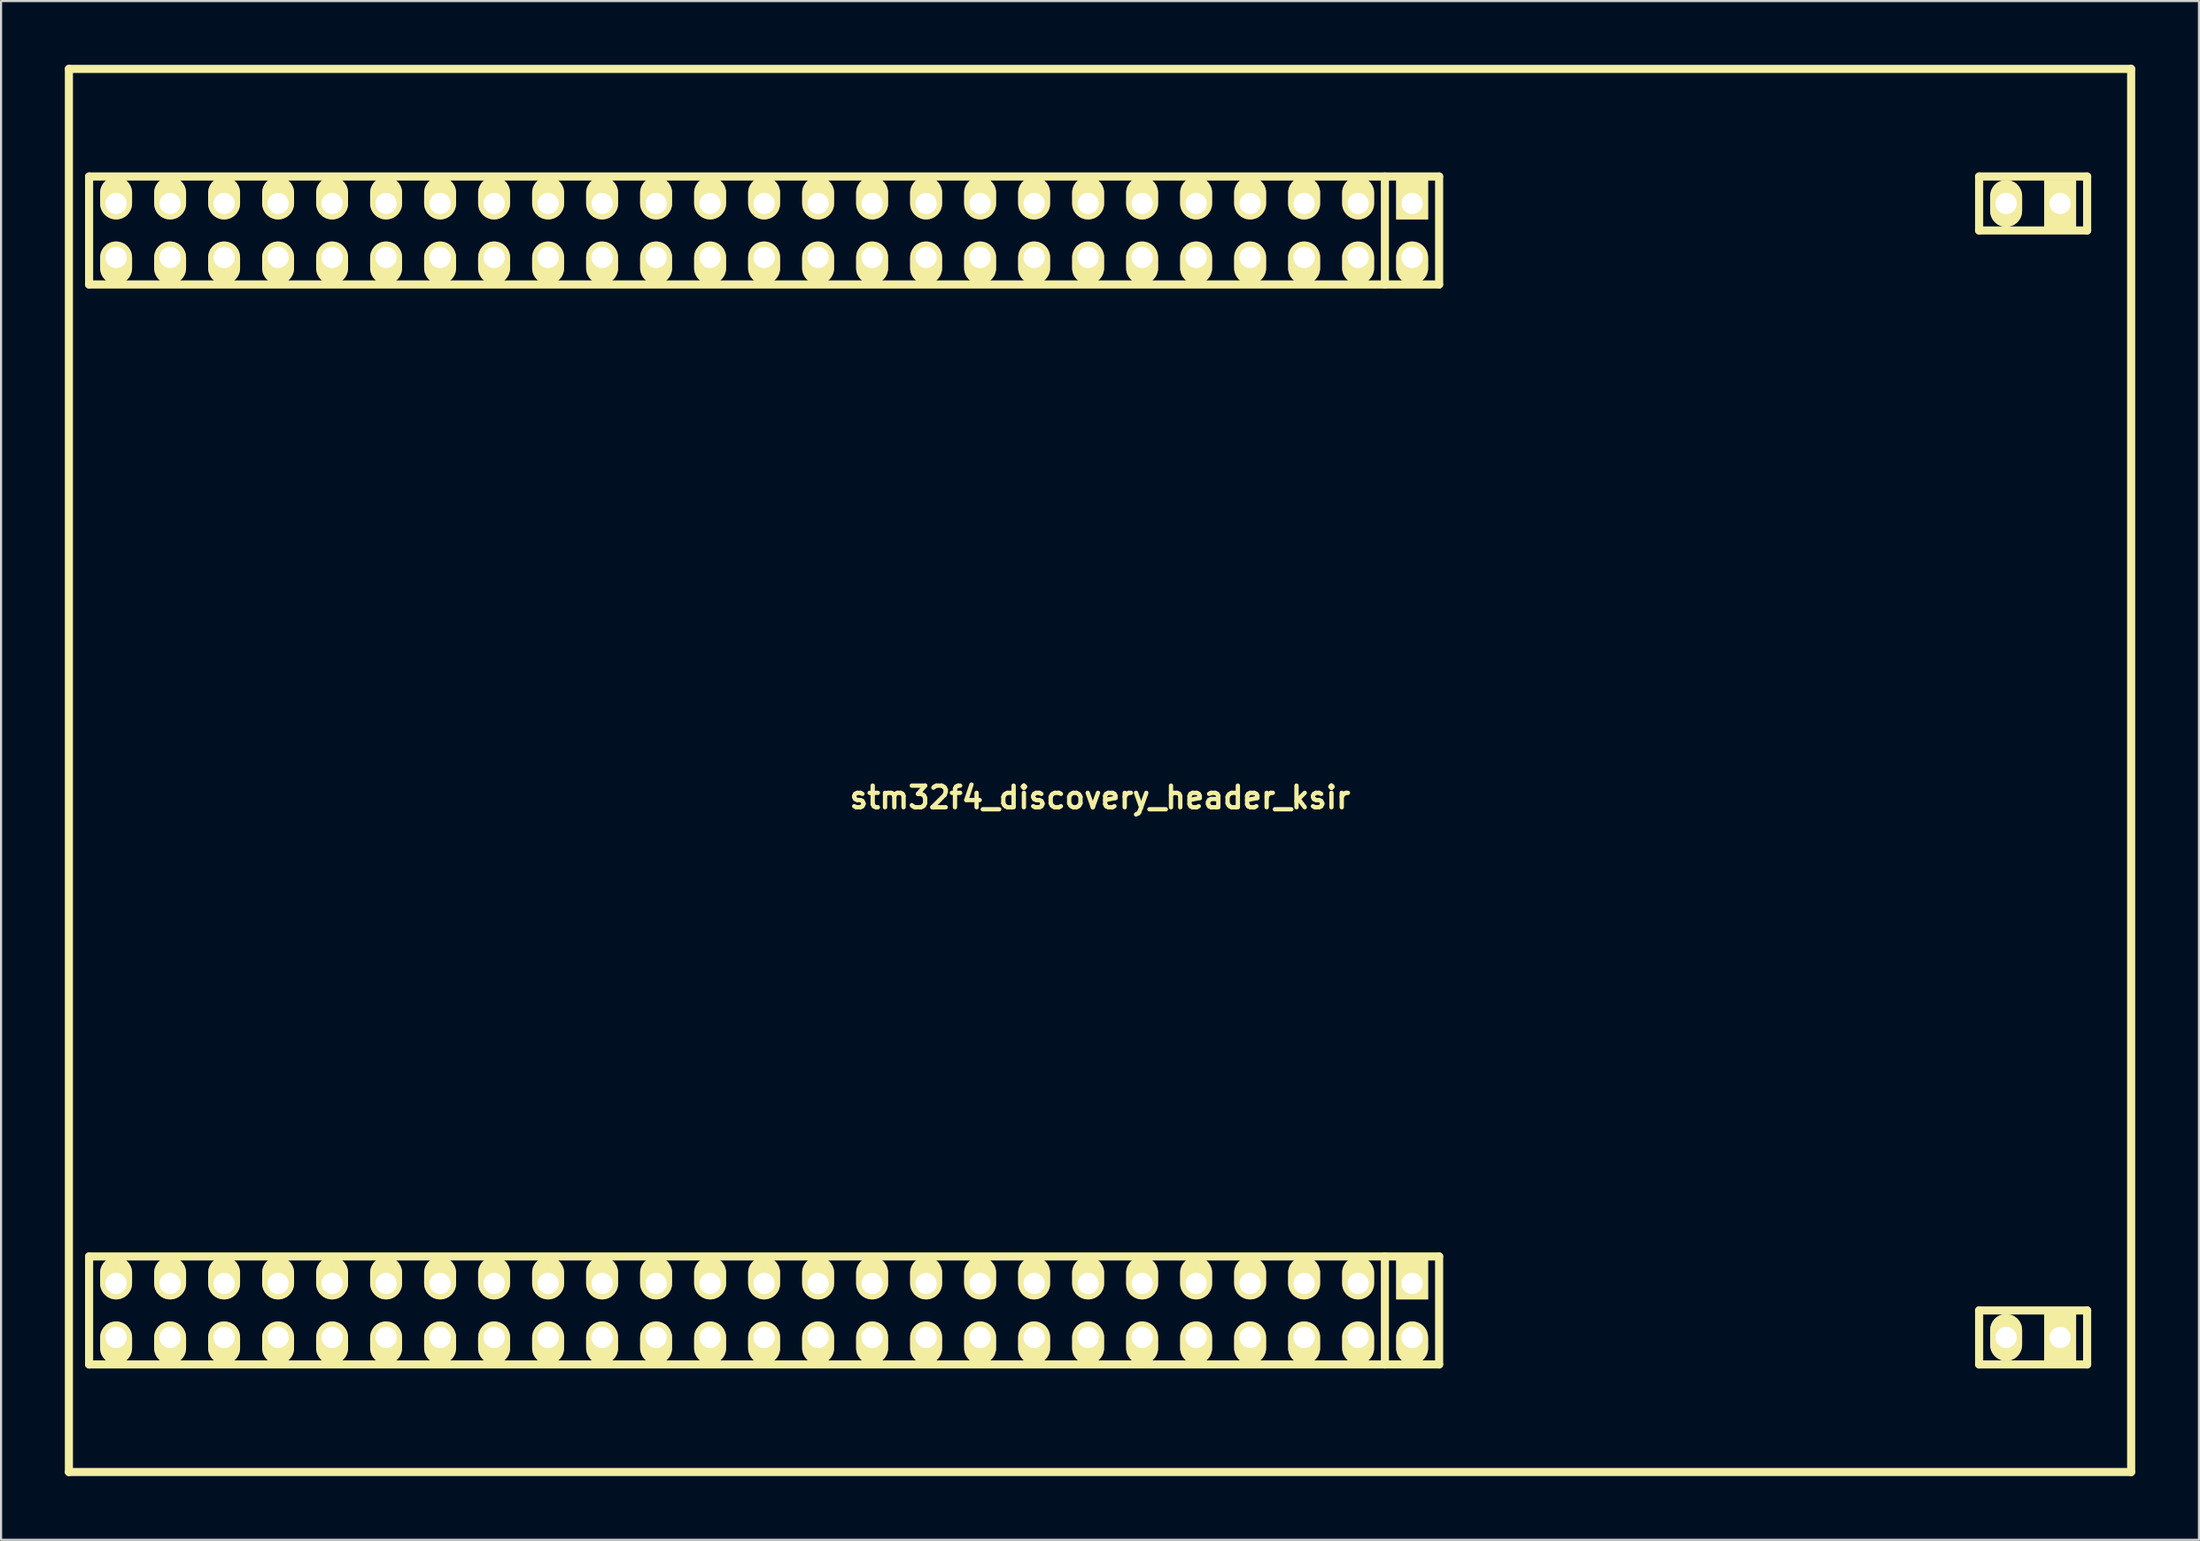
<source format=kicad_pcb>
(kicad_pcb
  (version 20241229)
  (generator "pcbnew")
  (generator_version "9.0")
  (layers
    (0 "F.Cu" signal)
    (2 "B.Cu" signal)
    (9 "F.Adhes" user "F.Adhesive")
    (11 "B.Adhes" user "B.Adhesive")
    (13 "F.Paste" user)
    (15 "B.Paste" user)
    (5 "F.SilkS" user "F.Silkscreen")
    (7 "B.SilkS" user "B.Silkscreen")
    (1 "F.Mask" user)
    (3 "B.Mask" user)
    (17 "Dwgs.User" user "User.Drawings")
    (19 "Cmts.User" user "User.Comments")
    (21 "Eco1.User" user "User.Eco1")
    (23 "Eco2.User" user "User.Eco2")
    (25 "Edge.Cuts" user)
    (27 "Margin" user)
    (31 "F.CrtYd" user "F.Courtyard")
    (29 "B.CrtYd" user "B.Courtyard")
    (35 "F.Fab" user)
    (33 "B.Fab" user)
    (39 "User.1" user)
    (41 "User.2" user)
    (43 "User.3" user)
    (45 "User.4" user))
  (footprint "stm32f4_discovery_header_ksir"
    (layer "F.Cu")
    (at 48.691 33.191)
    (property "Reference" "stm32f4_discovery_header_ksir" (at 0 1.27 0) (layer "F.SilkS") (effects (font (size 1.016 1.016) (thickness 0.203))))
    (attr through_hole)
    (fp_line (start -48.5 33) (end -48.5 -33) (stroke (width 0.381) (type solid)) (layer "F.SilkS"))
    (fp_line (start -48.5 33) (end 48.5 33) (stroke (width 0.381) (type solid)) (layer "F.SilkS"))
    (fp_line (start -47.55 -27.94) (end -47.55 -22.86) (stroke (width 0.381) (type solid)) (layer "F.SilkS"))
    (fp_line (start -47.55 -27.94) (end 15.95 -27.94) (stroke (width 0.381) (type solid)) (layer "F.SilkS"))
    (fp_line (start -47.55 -22.86) (end 15.95 -22.86) (stroke (width 0.381) (type solid)) (layer "F.SilkS"))
    (fp_line (start -47.55 22.86) (end -47.55 27.94) (stroke (width 0.381) (type solid)) (layer "F.SilkS"))
    (fp_line (start -47.55 22.86) (end 15.95 22.86) (stroke (width 0.381) (type solid)) (layer "F.SilkS"))
    (fp_line (start -47.55 27.94) (end 15.95 27.94) (stroke (width 0.381) (type solid)) (layer "F.SilkS"))
    (fp_line (start 13.399 -27.94) (end 13.399 -22.86) (stroke (width 0.381) (type solid)) (layer "F.SilkS"))
    (fp_line (start 13.399 22.86) (end 13.399 27.94) (stroke (width 0.381) (type solid)) (layer "F.SilkS"))
    (fp_line (start 15.95 -27.94) (end 15.95 -22.86) (stroke (width 0.381) (type solid)) (layer "F.SilkS"))
    (fp_line (start 15.95 22.86) (end 15.95 27.94) (stroke (width 0.381) (type solid)) (layer "F.SilkS"))
    (fp_line (start 41.35 -27.94) (end 41.35 -25.4) (stroke (width 0.381) (type solid)) (layer "F.SilkS"))
    (fp_line (start 41.35 -25.4) (end 46.43 -25.4) (stroke (width 0.381) (type solid)) (layer "F.SilkS"))
    (fp_line (start 41.35 25.4) (end 41.35 27.94) (stroke (width 0.381) (type solid)) (layer "F.SilkS"))
    (fp_line (start 41.35 27.94) (end 46.43 27.94) (stroke (width 0.381) (type solid)) (layer "F.SilkS"))
    (fp_line (start 46.43 -27.94) (end 41.35 -27.94) (stroke (width 0.381) (type solid)) (layer "F.SilkS"))
    (fp_line (start 46.43 -25.4) (end 46.43 -27.94) (stroke (width 0.381) (type solid)) (layer "F.SilkS"))
    (fp_line (start 46.43 25.4) (end 41.35 25.4) (stroke (width 0.381) (type solid)) (layer "F.SilkS"))
    (fp_line (start 46.43 27.94) (end 46.43 25.4) (stroke (width 0.381) (type solid)) (layer "F.SilkS"))
    (fp_line (start 48.5 -33) (end -48.5 -33) (stroke (width 0.381) (type solid)) (layer "F.SilkS"))
    (fp_line (start 48.5 33) (end 48.5 -33) (stroke (width 0.381) (type solid)) (layer "F.SilkS"))
    (pad "1" thru_hole rect (at 14.68 -26.67) (size 1.5 2) (drill 1.001 (offset 0 -0.25)) (layers "*.Cu" "*.Mask" "F.SilkS"))
    (pad "2" thru_hole oval (at 14.68 -24.13) (size 1.5 2) (drill 1.001 (offset 0 0.25)) (layers "*.Cu" "*.Mask" "F.SilkS"))
    (pad "3" thru_hole oval (at 12.14 -26.67) (size 1.5 2) (drill 0.998 (offset 0 -0.25)) (layers "*.Cu" "*.Mask" "F.SilkS"))
    (pad "4" thru_hole oval (at 12.14 -24.13) (size 1.5 2) (drill 1.001 (offset 0 0.25)) (layers "*.Cu" "*.Mask" "F.SilkS"))
    (pad "5" thru_hole oval (at 9.6 -26.67) (size 1.5 2) (drill 0.998 (offset 0 -0.25)) (layers "*.Cu" "*.Mask" "F.SilkS"))
    (pad "6" thru_hole oval (at 9.6 -24.13) (size 1.5 2) (drill 1.001 (offset 0 0.25)) (layers "*.Cu" "*.Mask" "F.SilkS"))
    (pad "7" thru_hole oval (at 7.06 -26.67) (size 1.5 2) (drill 0.998 (offset 0 -0.25)) (layers "*.Cu" "*.Mask" "F.SilkS"))
    (pad "8" thru_hole oval (at 7.06 -24.13) (size 1.5 2) (drill 1.001 (offset 0 0.25)) (layers "*.Cu" "*.Mask" "F.SilkS"))
    (pad "9" thru_hole oval (at 4.52 -26.67) (size 1.5 2) (drill 0.998 (offset 0 -0.25)) (layers "*.Cu" "*.Mask" "F.SilkS"))
    (pad "10" thru_hole oval (at 4.52 -24.13) (size 1.5 2) (drill 1.001 (offset 0 0.25)) (layers "*.Cu" "*.Mask" "F.SilkS"))
    (pad "11" thru_hole oval (at 1.98 -26.67) (size 1.5 2) (drill 0.998 (offset 0 -0.25)) (layers "*.Cu" "*.Mask" "F.SilkS"))
    (pad "12" thru_hole oval (at 1.98 -24.13) (size 1.5 2) (drill 1.001 (offset 0 0.25)) (layers "*.Cu" "*.Mask" "F.SilkS"))
    (pad "13" thru_hole oval (at -0.56 -26.67) (size 1.5 2) (drill 0.998 (offset 0 -0.25)) (layers "*.Cu" "*.Mask" "F.SilkS"))
    (pad "14" thru_hole oval (at -0.56 -24.13) (size 1.5 2) (drill 1.001 (offset 0 0.25)) (layers "*.Cu" "*.Mask" "F.SilkS"))
    (pad "15" thru_hole oval (at -3.1 -26.67) (size 1.5 2) (drill 0.998 (offset 0 -0.25)) (layers "*.Cu" "*.Mask" "F.SilkS"))
    (pad "16" thru_hole oval (at -3.1 -24.13) (size 1.5 2) (drill 1.001 (offset 0 0.25)) (layers "*.Cu" "*.Mask" "F.SilkS"))
    (pad "17" thru_hole oval (at -5.64 -26.67) (size 1.5 2) (drill 0.998 (offset 0 -0.25)) (layers "*.Cu" "*.Mask" "F.SilkS"))
    (pad "18" thru_hole oval (at -5.64 -24.13) (size 1.5 2) (drill 1.001 (offset 0 0.25)) (layers "*.Cu" "*.Mask" "F.SilkS"))
    (pad "19" thru_hole oval (at -8.18 -26.67) (size 1.5 2) (drill 0.998 (offset 0 -0.25)) (layers "*.Cu" "*.Mask" "F.SilkS"))
    (pad "20" thru_hole oval (at -8.18 -24.13) (size 1.5 2) (drill 1.001 (offset 0 0.25)) (layers "*.Cu" "*.Mask" "F.SilkS"))
    (pad "21" thru_hole oval (at -10.72 -26.67) (size 1.5 2) (drill 0.998 (offset 0 -0.25)) (layers "*.Cu" "*.Mask" "F.SilkS"))
    (pad "22" thru_hole oval (at -10.72 -24.13) (size 1.5 2) (drill 1.001 (offset 0 0.25)) (layers "*.Cu" "*.Mask" "F.SilkS"))
    (pad "23" thru_hole oval (at -13.26 -26.67) (size 1.5 2) (drill 0.998 (offset 0 -0.25)) (layers "*.Cu" "*.Mask" "F.SilkS"))
    (pad "24" thru_hole oval (at -13.26 -24.13) (size 1.5 2) (drill 1.001 (offset 0 0.25)) (layers "*.Cu" "*.Mask" "F.SilkS"))
    (pad "25" thru_hole oval (at -15.8 -26.67) (size 1.5 2) (drill 0.998 (offset 0 -0.25)) (layers "*.Cu" "*.Mask" "F.SilkS"))
    (pad "26" thru_hole oval (at -15.8 -24.13) (size 1.5 2) (drill 1.001 (offset 0 0.25)) (layers "*.Cu" "*.Mask" "F.SilkS"))
    (pad "27" thru_hole oval (at -18.34 -26.67) (size 1.5 2) (drill 0.998 (offset 0 -0.25)) (layers "*.Cu" "*.Mask" "F.SilkS"))
    (pad "28" thru_hole oval (at -18.34 -24.13) (size 1.5 2) (drill 1.001 (offset 0 0.25)) (layers "*.Cu" "*.Mask" "F.SilkS"))
    (pad "29" thru_hole oval (at -20.88 -26.67) (size 1.5 2) (drill 0.998 (offset 0 -0.25)) (layers "*.Cu" "*.Mask" "F.SilkS"))
    (pad "30" thru_hole oval (at -20.88 -24.13) (size 1.5 2) (drill 1.001 (offset 0 0.25)) (layers "*.Cu" "*.Mask" "F.SilkS"))
    (pad "31" thru_hole oval (at -23.42 -26.67) (size 1.5 2) (drill 0.998 (offset 0 -0.25)) (layers "*.Cu" "*.Mask" "F.SilkS"))
    (pad "32" thru_hole oval (at -23.42 -24.13) (size 1.5 2) (drill 1.001 (offset 0 0.25)) (layers "*.Cu" "*.Mask" "F.SilkS"))
    (pad "33" thru_hole oval (at -25.96 -26.67) (size 1.5 2) (drill 0.998 (offset 0 -0.25)) (layers "*.Cu" "*.Mask" "F.SilkS"))
    (pad "34" thru_hole oval (at -25.96 -24.13) (size 1.5 2) (drill 1.001 (offset 0 0.25)) (layers "*.Cu" "*.Mask" "F.SilkS"))
    (pad "35" thru_hole oval (at -28.5 -26.67) (size 1.5 2) (drill 0.998 (offset 0 -0.25)) (layers "*.Cu" "*.Mask" "F.SilkS"))
    (pad "36" thru_hole oval (at -28.5 -24.13) (size 1.5 2) (drill 1.001 (offset 0 0.25)) (layers "*.Cu" "*.Mask" "F.SilkS"))
    (pad "37" thru_hole oval (at -31.04 -26.67) (size 1.5 2) (drill 0.998 (offset 0 -0.25)) (layers "*.Cu" "*.Mask" "F.SilkS"))
    (pad "38" thru_hole oval (at -31.04 -24.13) (size 1.5 2) (drill 1.001 (offset 0 0.25)) (layers "*.Cu" "*.Mask" "F.SilkS"))
    (pad "39" thru_hole oval (at -33.58 -26.67) (size 1.5 2) (drill 0.998 (offset 0 -0.25)) (layers "*.Cu" "*.Mask" "F.SilkS"))
    (pad "40" thru_hole oval (at -33.58 -24.13) (size 1.5 2) (drill 1.001 (offset 0 0.25)) (layers "*.Cu" "*.Mask" "F.SilkS"))
    (pad "41" thru_hole oval (at -36.12 -26.67) (size 1.5 2) (drill 0.998 (offset 0 -0.25)) (layers "*.Cu" "*.Mask" "F.SilkS"))
    (pad "42" thru_hole oval (at -36.12 -24.13) (size 1.5 2) (drill 1.001 (offset 0 0.25)) (layers "*.Cu" "*.Mask" "F.SilkS"))
    (pad "43" thru_hole oval (at -38.66 -26.67) (size 1.5 2) (drill 0.998 (offset 0 -0.25)) (layers "*.Cu" "*.Mask" "F.SilkS"))
    (pad "44" thru_hole oval (at -38.66 -24.13) (size 1.5 2) (drill 1.001 (offset 0 0.25)) (layers "*.Cu" "*.Mask" "F.SilkS"))
    (pad "45" thru_hole oval (at -41.2 -26.67) (size 1.5 2) (drill 0.998 (offset 0 -0.25)) (layers "*.Cu" "*.Mask" "F.SilkS"))
    (pad "46" thru_hole oval (at -41.2 -24.13) (size 1.5 2) (drill 1.001 (offset 0 0.25)) (layers "*.Cu" "*.Mask" "F.SilkS"))
    (pad "47" thru_hole oval (at -43.74 -26.67) (size 1.5 2) (drill 0.998 (offset 0 -0.25)) (layers "*.Cu" "*.Mask" "F.SilkS"))
    (pad "48" thru_hole oval (at -43.74 -24.13) (size 1.5 2) (drill 1.001 (offset 0 0.25)) (layers "*.Cu" "*.Mask" "F.SilkS"))
    (pad "49" thru_hole oval (at -46.28 -26.67) (size 1.5 2) (drill 0.998 (offset 0 -0.25)) (layers "*.Cu" "*.Mask" "F.SilkS"))
    (pad "49" thru_hole rect (at 45.16 -26.67) (size 1.5 2.2) (drill 1.001) (layers "*.Cu" "*.Mask" "F.SilkS"))
    (pad "50" thru_hole oval (at -46.28 -24.13) (size 1.5 2) (drill 1.001 (offset 0 0.25)) (layers "*.Cu" "*.Mask" "F.SilkS"))
    (pad "50" thru_hole oval (at 42.62 -26.67) (size 1.5 2.2) (drill 1.001) (layers "*.Cu" "*.Mask" "F.SilkS"))
    (pad "51" thru_hole oval (at -46.28 24.13) (size 1.5 2) (drill 0.998 (offset 0 -0.25)) (layers "*.Cu" "*.Mask" "F.SilkS"))
    (pad "51" thru_hole rect (at 45.16 26.67) (size 1.5 2.2) (drill 1.001) (layers "*.Cu" "*.Mask" "F.SilkS"))
    (pad "52" thru_hole oval (at -46.28 26.67) (size 1.5 2) (drill 1.001 (offset 0 0.25)) (layers "*.Cu" "*.Mask" "F.SilkS"))
    (pad "52" thru_hole oval (at 42.62 26.67) (size 1.5 2.2) (drill 1.001) (layers "*.Cu" "*.Mask" "F.SilkS"))
    (pad "53" thru_hole oval (at -43.74 24.13) (size 1.5 2) (drill 0.998 (offset 0 -0.25)) (layers "*.Cu" "*.Mask" "F.SilkS"))
    (pad "54" thru_hole oval (at -43.74 26.67) (size 1.5 2) (drill 1.001 (offset 0 0.25)) (layers "*.Cu" "*.Mask" "F.SilkS"))
    (pad "55" thru_hole oval (at -41.2 24.13) (size 1.5 2) (drill 0.998 (offset 0 -0.25)) (layers "*.Cu" "*.Mask" "F.SilkS"))
    (pad "56" thru_hole oval (at -41.2 26.67) (size 1.5 2) (drill 1.001 (offset 0 0.25)) (layers "*.Cu" "*.Mask" "F.SilkS"))
    (pad "57" thru_hole oval (at -38.66 24.13) (size 1.5 2) (drill 0.998 (offset 0 -0.25)) (layers "*.Cu" "*.Mask" "F.SilkS"))
    (pad "58" thru_hole oval (at -38.66 26.67) (size 1.5 2) (drill 1.001 (offset 0 0.25)) (layers "*.Cu" "*.Mask" "F.SilkS"))
    (pad "59" thru_hole oval (at -36.12 24.13) (size 1.5 2) (drill 0.998 (offset 0 -0.25)) (layers "*.Cu" "*.Mask" "F.SilkS"))
    (pad "60" thru_hole oval (at -36.12 26.67) (size 1.5 2) (drill 1.001 (offset 0 0.25)) (layers "*.Cu" "*.Mask" "F.SilkS"))
    (pad "61" thru_hole oval (at -33.58 24.13) (size 1.5 2) (drill 0.998 (offset 0 -0.25)) (layers "*.Cu" "*.Mask" "F.SilkS"))
    (pad "62" thru_hole oval (at -33.58 26.67) (size 1.5 2) (drill 1.001 (offset 0 0.25)) (layers "*.Cu" "*.Mask" "F.SilkS"))
    (pad "63" thru_hole oval (at -31.04 24.13) (size 1.5 2) (drill 0.998 (offset 0 -0.25)) (layers "*.Cu" "*.Mask" "F.SilkS"))
    (pad "64" thru_hole oval (at -31.04 26.67) (size 1.5 2) (drill 1.001 (offset 0 0.25)) (layers "*.Cu" "*.Mask" "F.SilkS"))
    (pad "65" thru_hole oval (at -28.5 24.13) (size 1.5 2) (drill 0.998 (offset 0 -0.25)) (layers "*.Cu" "*.Mask" "F.SilkS"))
    (pad "66" thru_hole oval (at -28.5 26.67) (size 1.5 2) (drill 1.001 (offset 0 0.25)) (layers "*.Cu" "*.Mask" "F.SilkS"))
    (pad "67" thru_hole oval (at -25.96 24.13) (size 1.5 2) (drill 0.998 (offset 0 -0.25)) (layers "*.Cu" "*.Mask" "F.SilkS"))
    (pad "68" thru_hole oval (at -25.96 26.67) (size 1.5 2) (drill 1.001 (offset 0 0.25)) (layers "*.Cu" "*.Mask" "F.SilkS"))
    (pad "69" thru_hole oval (at -23.42 24.13) (size 1.5 2) (drill 0.998 (offset 0 -0.25)) (layers "*.Cu" "*.Mask" "F.SilkS"))
    (pad "70" thru_hole oval (at -23.42 26.67) (size 1.5 2) (drill 1.001 (offset 0 0.25)) (layers "*.Cu" "*.Mask" "F.SilkS"))
    (pad "71" thru_hole oval (at -20.88 24.13) (size 1.5 2) (drill 0.998 (offset 0 -0.25)) (layers "*.Cu" "*.Mask" "F.SilkS"))
    (pad "72" thru_hole oval (at -20.88 26.67) (size 1.5 2) (drill 1.001 (offset 0 0.25)) (layers "*.Cu" "*.Mask" "F.SilkS"))
    (pad "73" thru_hole oval (at -18.34 24.13) (size 1.5 2) (drill 0.998 (offset 0 -0.25)) (layers "*.Cu" "*.Mask" "F.SilkS"))
    (pad "74" thru_hole oval (at -18.34 26.67) (size 1.5 2) (drill 1.001 (offset 0 0.25)) (layers "*.Cu" "*.Mask" "F.SilkS"))
    (pad "75" thru_hole oval (at -15.8 24.13) (size 1.5 2) (drill 0.998 (offset 0 -0.25)) (layers "*.Cu" "*.Mask" "F.SilkS"))
    (pad "76" thru_hole oval (at -15.8 26.67) (size 1.5 2) (drill 1.001 (offset 0 0.25)) (layers "*.Cu" "*.Mask" "F.SilkS"))
    (pad "77" thru_hole oval (at -13.26 24.13) (size 1.5 2) (drill 0.998 (offset 0 -0.25)) (layers "*.Cu" "*.Mask" "F.SilkS"))
    (pad "78" thru_hole oval (at -13.26 26.67) (size 1.5 2) (drill 1.001 (offset 0 0.25)) (layers "*.Cu" "*.Mask" "F.SilkS"))
    (pad "79" thru_hole oval (at -10.72 24.13) (size 1.5 2) (drill 0.998 (offset 0 -0.25)) (layers "*.Cu" "*.Mask" "F.SilkS"))
    (pad "80" thru_hole oval (at -10.72 26.67) (size 1.5 2) (drill 1.001 (offset 0 0.25)) (layers "*.Cu" "*.Mask" "F.SilkS"))
    (pad "81" thru_hole oval (at -8.18 24.13) (size 1.5 2) (drill 0.998 (offset 0 -0.25)) (layers "*.Cu" "*.Mask" "F.SilkS"))
    (pad "82" thru_hole oval (at -8.18 26.67) (size 1.5 2) (drill 1.001 (offset 0 0.25)) (layers "*.Cu" "*.Mask" "F.SilkS"))
    (pad "83" thru_hole oval (at -5.64 24.13) (size 1.5 2) (drill 0.998 (offset 0 -0.25)) (layers "*.Cu" "*.Mask" "F.SilkS"))
    (pad "84" thru_hole oval (at -5.64 26.67) (size 1.5 2) (drill 1.001 (offset 0 0.25)) (layers "*.Cu" "*.Mask" "F.SilkS"))
    (pad "85" thru_hole oval (at -3.1 24.13) (size 1.5 2) (drill 0.998 (offset 0 -0.25)) (layers "*.Cu" "*.Mask" "F.SilkS"))
    (pad "86" thru_hole oval (at -3.1 26.67) (size 1.5 2) (drill 1.001 (offset 0 0.25)) (layers "*.Cu" "*.Mask" "F.SilkS"))
    (pad "87" thru_hole oval (at -0.56 24.13) (size 1.5 2) (drill 0.998 (offset 0 -0.25)) (layers "*.Cu" "*.Mask" "F.SilkS"))
    (pad "88" thru_hole oval (at -0.56 26.67) (size 1.5 2) (drill 1.001 (offset 0 0.25)) (layers "*.Cu" "*.Mask" "F.SilkS"))
    (pad "89" thru_hole oval (at 1.98 24.13) (size 1.5 2) (drill 0.998 (offset 0 -0.25)) (layers "*.Cu" "*.Mask" "F.SilkS"))
    (pad "90" thru_hole oval (at 1.98 26.67) (size 1.5 2) (drill 1.001 (offset 0 0.25)) (layers "*.Cu" "*.Mask" "F.SilkS"))
    (pad "91" thru_hole oval (at 4.52 24.13) (size 1.5 2) (drill 0.998 (offset 0 -0.25)) (layers "*.Cu" "*.Mask" "F.SilkS"))
    (pad "92" thru_hole oval (at 4.52 26.67) (size 1.5 2) (drill 1.001 (offset 0 0.25)) (layers "*.Cu" "*.Mask" "F.SilkS"))
    (pad "93" thru_hole oval (at 7.06 24.13) (size 1.5 2) (drill 0.998 (offset 0 -0.25)) (layers "*.Cu" "*.Mask" "F.SilkS"))
    (pad "94" thru_hole oval (at 7.06 26.67) (size 1.5 2) (drill 1.001 (offset 0 0.25)) (layers "*.Cu" "*.Mask" "F.SilkS"))
    (pad "95" thru_hole oval (at 9.6 24.13) (size 1.5 2) (drill 0.998 (offset 0 -0.25)) (layers "*.Cu" "*.Mask" "F.SilkS"))
    (pad "96" thru_hole oval (at 9.6 26.67) (size 1.5 2) (drill 1.001 (offset 0 0.25)) (layers "*.Cu" "*.Mask" "F.SilkS"))
    (pad "97" thru_hole oval (at 12.14 24.13) (size 1.5 2) (drill 0.998 (offset 0 -0.25)) (layers "*.Cu" "*.Mask" "F.SilkS"))
    (pad "98" thru_hole oval (at 12.14 26.67) (size 1.5 2) (drill 1.001 (offset 0 0.25)) (layers "*.Cu" "*.Mask" "F.SilkS"))
    (pad "99" thru_hole rect (at 14.68 24.13) (size 1.5 2) (drill 1.001 (offset 0 -0.25)) (layers "*.Cu" "*.Mask" "F.SilkS"))
    (pad "100" thru_hole oval (at 14.68 26.67) (size 1.5 2) (drill 1.001 (offset 0 0.25)) (layers "*.Cu" "*.Mask" "F.SilkS")))
  (gr_rect
    (start -3 -3)
    (end 100.381 69.381)
    (stroke (width 0.1) (type default))
    (fill no)
    (layer "Edge.Cuts")))
</source>
